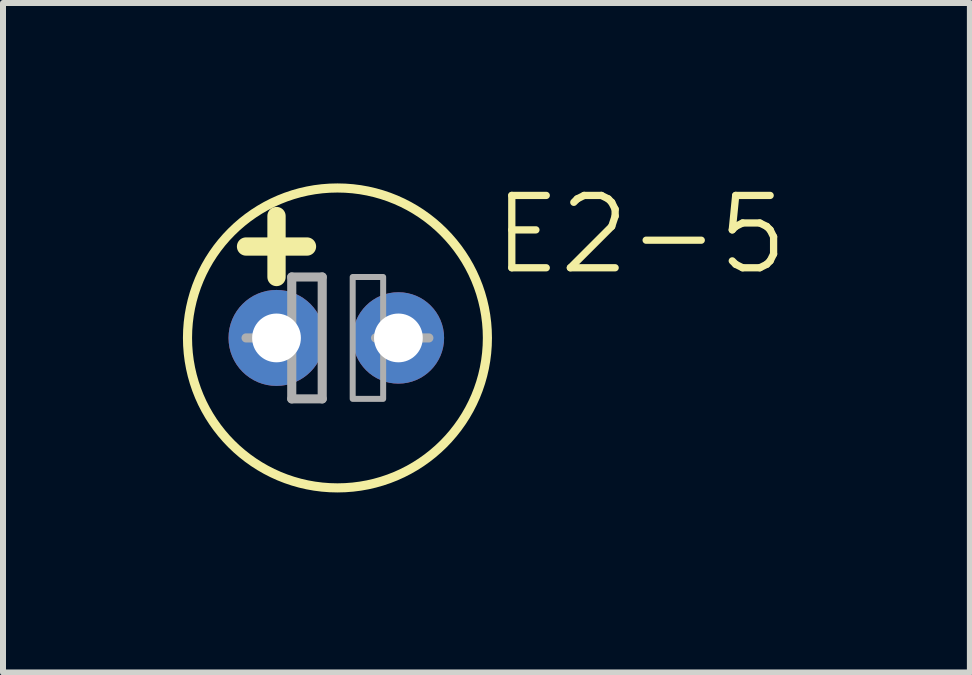
<source format=kicad_pcb>
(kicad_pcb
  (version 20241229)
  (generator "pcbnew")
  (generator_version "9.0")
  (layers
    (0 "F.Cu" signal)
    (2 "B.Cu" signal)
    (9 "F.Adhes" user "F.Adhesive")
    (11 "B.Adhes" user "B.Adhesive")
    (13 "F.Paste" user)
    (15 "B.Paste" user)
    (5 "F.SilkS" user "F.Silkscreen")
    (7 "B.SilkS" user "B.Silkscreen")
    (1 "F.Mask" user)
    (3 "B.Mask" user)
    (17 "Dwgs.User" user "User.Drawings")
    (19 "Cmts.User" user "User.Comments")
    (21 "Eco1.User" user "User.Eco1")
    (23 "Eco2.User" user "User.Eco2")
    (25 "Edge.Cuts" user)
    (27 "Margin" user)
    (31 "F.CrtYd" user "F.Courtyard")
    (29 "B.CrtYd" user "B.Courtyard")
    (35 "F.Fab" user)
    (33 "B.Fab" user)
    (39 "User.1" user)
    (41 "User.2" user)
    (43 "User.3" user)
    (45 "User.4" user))
  (footprint "E2-5"
    (layer "F.Cu")
    (at 2.576 2.584)
    (property "Reference" "E2-5" (at 2.54 -1.016 0) (layer "F.SilkS") (effects (font (size 1.206 1.206) (thickness 0.121)) (justify left bottom)))
    (attr through_hole)
    (fp_line (start -1.524 -1.524) (end -0.508 -1.524) (stroke (width 0.305) (type solid)) (layer "F.SilkS"))
    (fp_line (start -1.016 -1.016) (end -1.016 -2.032) (stroke (width 0.305) (type solid)) (layer "F.SilkS"))
    (fp_circle (center 0 0) (end 2.5 0) (stroke (width 0.152) (type solid)) (fill no) (layer "F.SilkS"))
    (fp_line (start -1.524 0) (end -0.762 0) (stroke (width 0.152) (type solid)) (layer "F.Fab"))
    (fp_line (start -0.762 -1.016) (end -0.762 0) (stroke (width 0.152) (type solid)) (layer "F.Fab"))
    (fp_line (start -0.762 0) (end -0.762 1.016) (stroke (width 0.152) (type solid)) (layer "F.Fab"))
    (fp_line (start -0.762 1.016) (end -0.254 1.016) (stroke (width 0.152) (type solid)) (layer "F.Fab"))
    (fp_line (start -0.254 -1.016) (end -0.762 -1.016) (stroke (width 0.152) (type solid)) (layer "F.Fab"))
    (fp_line (start -0.254 1.016) (end -0.254 -1.016) (stroke (width 0.152) (type solid)) (layer "F.Fab"))
    (fp_line (start 0.635 0) (end 1.524 0) (stroke (width 0.152) (type solid)) (layer "F.Fab"))
    (fp_poly (pts (xy 0.254 1.016) (xy 0.762 1.016) (xy 0.762 -1.016) (xy 0.254 -1.016)) (stroke (width 0.1) (type solid)) (fill no) (layer "F.Fab"))
    (pad "+" thru_hole circle (at -1.016 0) (size 1.6 1.6) (drill 0.813) (layers "*.Cu" "*.Mask"))
    (pad "-" thru_hole circle (at 1.016 0) (size 1.524 1.524) (drill 0.813) (layers "*.Cu" "*.Mask")))
  (gr_rect
    (start -3 -3)
    (end 13.12 8.161)
    (stroke (width 0.1) (type default))
    (fill no)
    (layer "Edge.Cuts")))
</source>
